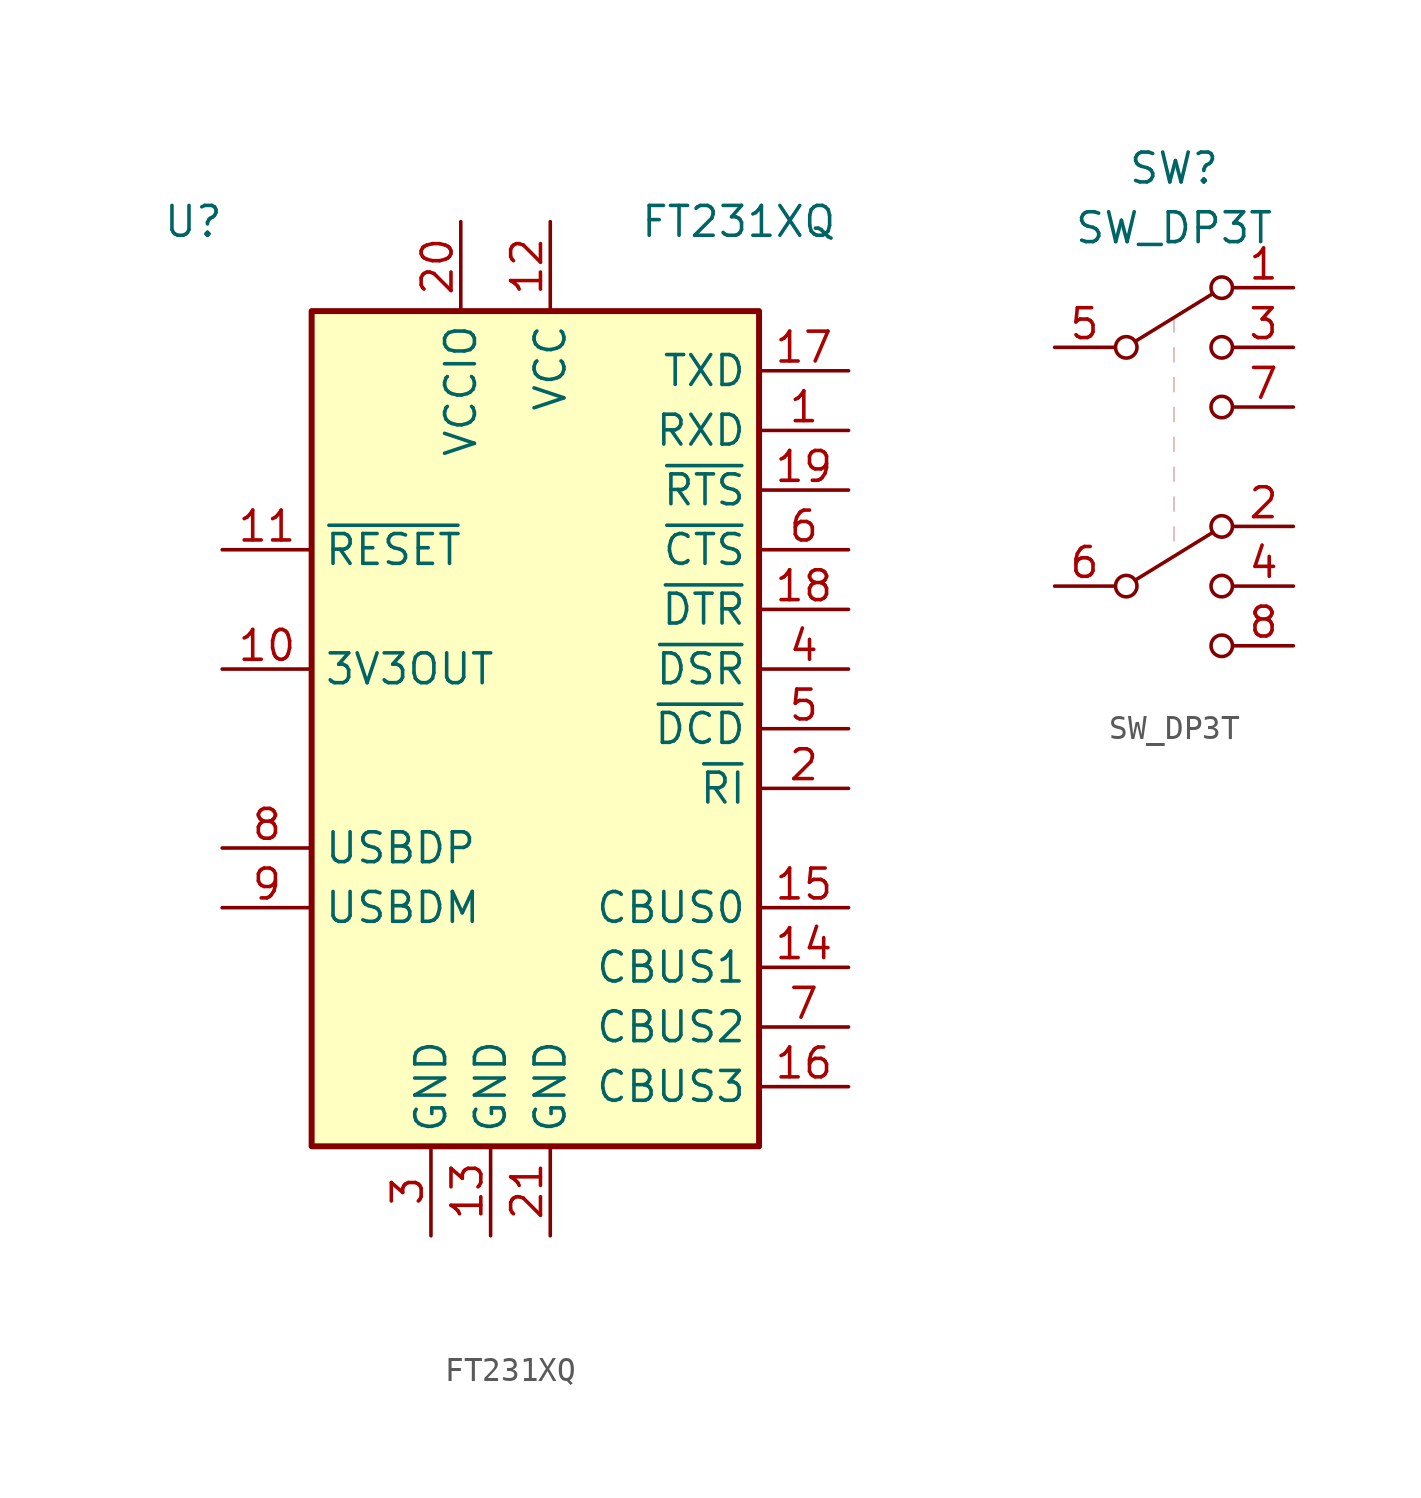
<source format=kicad_sym>
(kicad_symbol_lib
  (version 20201005)
  (generator kicad_symbol_editor)
  (symbol "BattlebotsController:FT231XQ"
    (property "Reference" "U"
      (at -13.97 20.32 0)
      (effects (font (size 1.27 1.27)) (justify left)))
    (property "Value" "FT231XQ"
      (at 6.35 20.32 0)
      (effects (font (size 1.27 1.27)) (justify left)))
    (symbol "FT231XQ_0_1"
      (rectangle (start -7.62 16.51) (end 11.43 -19.05) (stroke (width 0.254)) (fill (type background))))
    (symbol "FT231XQ_1_1"
      (pin input line (at 15.24 11.43 180) (length 3.81) (name "RXD" (effects (font (size 1.27 1.27)))) (number "1" (effects (font (size 1.27 1.27)))))
      (pin power_out line (at -11.43 1.27 0) (length 3.81) (name "3V3OUT" (effects (font (size 1.27 1.27)))) (number "10" (effects (font (size 1.27 1.27)))))
      (pin input line (at -11.43 6.35 0) (length 3.81) (name "~RESET" (effects (font (size 1.27 1.27)))) (number "11" (effects (font (size 1.27 1.27)))))
      (pin power_in line (at 2.54 20.32 270) (length 3.81) (name "VCC" (effects (font (size 1.27 1.27)))) (number "12" (effects (font (size 1.27 1.27)))))
      (pin power_in line (at 0 -22.86 90) (length 3.81) (name "GND" (effects (font (size 1.27 1.27)))) (number "13" (effects (font (size 1.27 1.27)))))
      (pin bidirectional line (at 15.24 -11.43 180) (length 3.81) (name "CBUS1" (effects (font (size 1.27 1.27)))) (number "14" (effects (font (size 1.27 1.27)))))
      (pin bidirectional line (at 15.24 -8.89 180) (length 3.81) (name "CBUS0" (effects (font (size 1.27 1.27)))) (number "15" (effects (font (size 1.27 1.27)))))
      (pin bidirectional line (at 15.24 -16.51 180) (length 3.81) (name "CBUS3" (effects (font (size 1.27 1.27)))) (number "16" (effects (font (size 1.27 1.27)))))
      (pin output line (at 15.24 13.97 180) (length 3.81) (name "TXD" (effects (font (size 1.27 1.27)))) (number "17" (effects (font (size 1.27 1.27)))))
      (pin output line (at 15.24 3.81 180) (length 3.81) (name "~DTR" (effects (font (size 1.27 1.27)))) (number "18" (effects (font (size 1.27 1.27)))))
      (pin output line (at 15.24 8.89 180) (length 3.81) (name "~RTS" (effects (font (size 1.27 1.27)))) (number "19" (effects (font (size 1.27 1.27)))))
      (pin input line (at 15.24 -3.81 180) (length 3.81) (name "~RI" (effects (font (size 1.27 1.27)))) (number "2" (effects (font (size 1.27 1.27)))))
      (pin power_in line (at -1.27 20.32 270) (length 3.81) (name "VCCIO" (effects (font (size 1.27 1.27)))) (number "20" (effects (font (size 1.27 1.27)))))
      (pin power_in line (at 2.54 -22.86 90) (length 3.81) (name "GND" (effects (font (size 1.27 1.27)))) (number "21" (effects (font (size 1.27 1.27)))))
      (pin power_in line (at -2.54 -22.86 90) (length 3.81) (name "GND" (effects (font (size 1.27 1.27)))) (number "3" (effects (font (size 1.27 1.27)))))
      (pin input line (at 15.24 1.27 180) (length 3.81) (name "~DSR" (effects (font (size 1.27 1.27)))) (number "4" (effects (font (size 1.27 1.27)))))
      (pin input line (at 15.24 -1.27 180) (length 3.81) (name "~DCD" (effects (font (size 1.27 1.27)))) (number "5" (effects (font (size 1.27 1.27)))))
      (pin input line (at 15.24 6.35 180) (length 3.81) (name "~CTS" (effects (font (size 1.27 1.27)))) (number "6" (effects (font (size 1.27 1.27)))))
      (pin bidirectional line (at 15.24 -13.97 180) (length 3.81) (name "CBUS2" (effects (font (size 1.27 1.27)))) (number "7" (effects (font (size 1.27 1.27)))))
      (pin bidirectional line (at -11.43 -6.35 0) (length 3.81) (name "USBDP" (effects (font (size 1.27 1.27)))) (number "8" (effects (font (size 1.27 1.27)))))
      (pin bidirectional line (at -11.43 -8.89 0) (length 3.81) (name "USBDM" (effects (font (size 1.27 1.27)))) (number "9" (effects (font (size 1.27 1.27)))))))
  (symbol "BattlebotsController:SW_DP3T"
    (pin_names
      (offset 0) hide)
    (property "Reference" "SW"
      (at 0 7.62 0)
      (effects (font (size 1.27 1.27))))
    (property "Value" "SW_DP3T"
      (at 0 5.08 0)
      (effects (font (size 1.27 1.27))))
    (symbol "SW_DP3T_0_1"
      (circle (center -2.032 0) (radius 0.457) (stroke (width 0)) (fill (type none)))
      (circle (center 2.032 -2.54) (radius 0.457) (stroke (width 0)) (fill (type none)))
      (circle (center 2.032 0) (radius 0.457) (stroke (width 0)) (fill (type none)))
      (circle (center 2.032 2.54) (radius 0.457) (stroke (width 0)) (fill (type none)))
      (circle (center -2.032 -10.16) (radius 0.457) (stroke (width 0)) (fill (type none)))
      (circle (center 2.032 -12.7) (radius 0.457) (stroke (width 0)) (fill (type none)))
      (circle (center 2.032 -10.16) (radius 0.457) (stroke (width 0)) (fill (type none)))
      (circle (center 2.032 -7.62) (radius 0.457) (stroke (width 0)) (fill (type none)))
      (polyline (pts (xy -1.651 0.254) (xy 1.651 2.286)) (stroke (width 0)) (fill (type none)))
      (polyline (pts (xy -1.651 -9.906) (xy 1.651 -7.874)) (stroke (width 0)) (fill (type none)))
      (polyline (pts (xy 0 1.27) (xy 0 0.635)) (stroke (width 0.001)) (fill (type none)))
      (polyline (pts (xy 0 0) (xy 0 -0.635)) (stroke (width 0.001)) (fill (type none)))
      (polyline (pts (xy 0 -1.27) (xy 0 -1.905)) (stroke (width 0.001)) (fill (type none)))
      (polyline (pts (xy 0 -2.54) (xy 0 -3.175)) (stroke (width 0.001)) (fill (type none)))
      (polyline (pts (xy 0 -3.81) (xy 0 -4.445)) (stroke (width 0.001)) (fill (type none)))
      (polyline (pts (xy 0 -5.08) (xy 0 -5.715)) (stroke (width 0.001)) (fill (type none)))
      (polyline (pts (xy 0 -6.35) (xy 0 -6.985)) (stroke (width 0.001)) (fill (type none)))
      (polyline (pts (xy 0 -7.62) (xy 0 -8.255)) (stroke (width 0.001)) (fill (type none))))
    (symbol "SW_DP3T_1_1"
      (pin passive line (at 5.08 2.54 180) (length 2.54) (name "1" (effects (font (size 1.27 1.27)))) (number "1" (effects (font (size 1.27 1.27)))))
      (pin passive line (at 5.08 0 180) (length 2.54) (name "3" (effects (font (size 1.27 1.27)))) (number "3" (effects (font (size 1.27 1.27)))))
      (pin passive line (at -5.08 0 0) (length 2.54) (name "5" (effects (font (size 1.27 1.27)))) (number "5" (effects (font (size 1.27 1.27)))))
      (pin passive line (at 5.08 -2.54 180) (length 2.54) (name "7" (effects (font (size 1.27 1.27)))) (number "7" (effects (font (size 1.27 1.27)))))
      (pin passive line (at 5.08 -7.62 180) (length 2.54) (name "2" (effects (font (size 1.27 1.27)))) (number "2" (effects (font (size 1.27 1.27)))))
      (pin passive line (at 5.08 -10.16 180) (length 2.54) (name "4" (effects (font (size 1.27 1.27)))) (number "4" (effects (font (size 1.27 1.27)))))
      (pin passive line (at -5.08 -10.16 0) (length 2.54) (name "6" (effects (font (size 1.27 1.27)))) (number "6" (effects (font (size 1.27 1.27)))))
      (pin passive line (at 5.08 -12.7 180) (length 2.54) (name "8" (effects (font (size 1.27 1.27)))) (number "8" (effects (font (size 1.27 1.27))))))))
</source>
